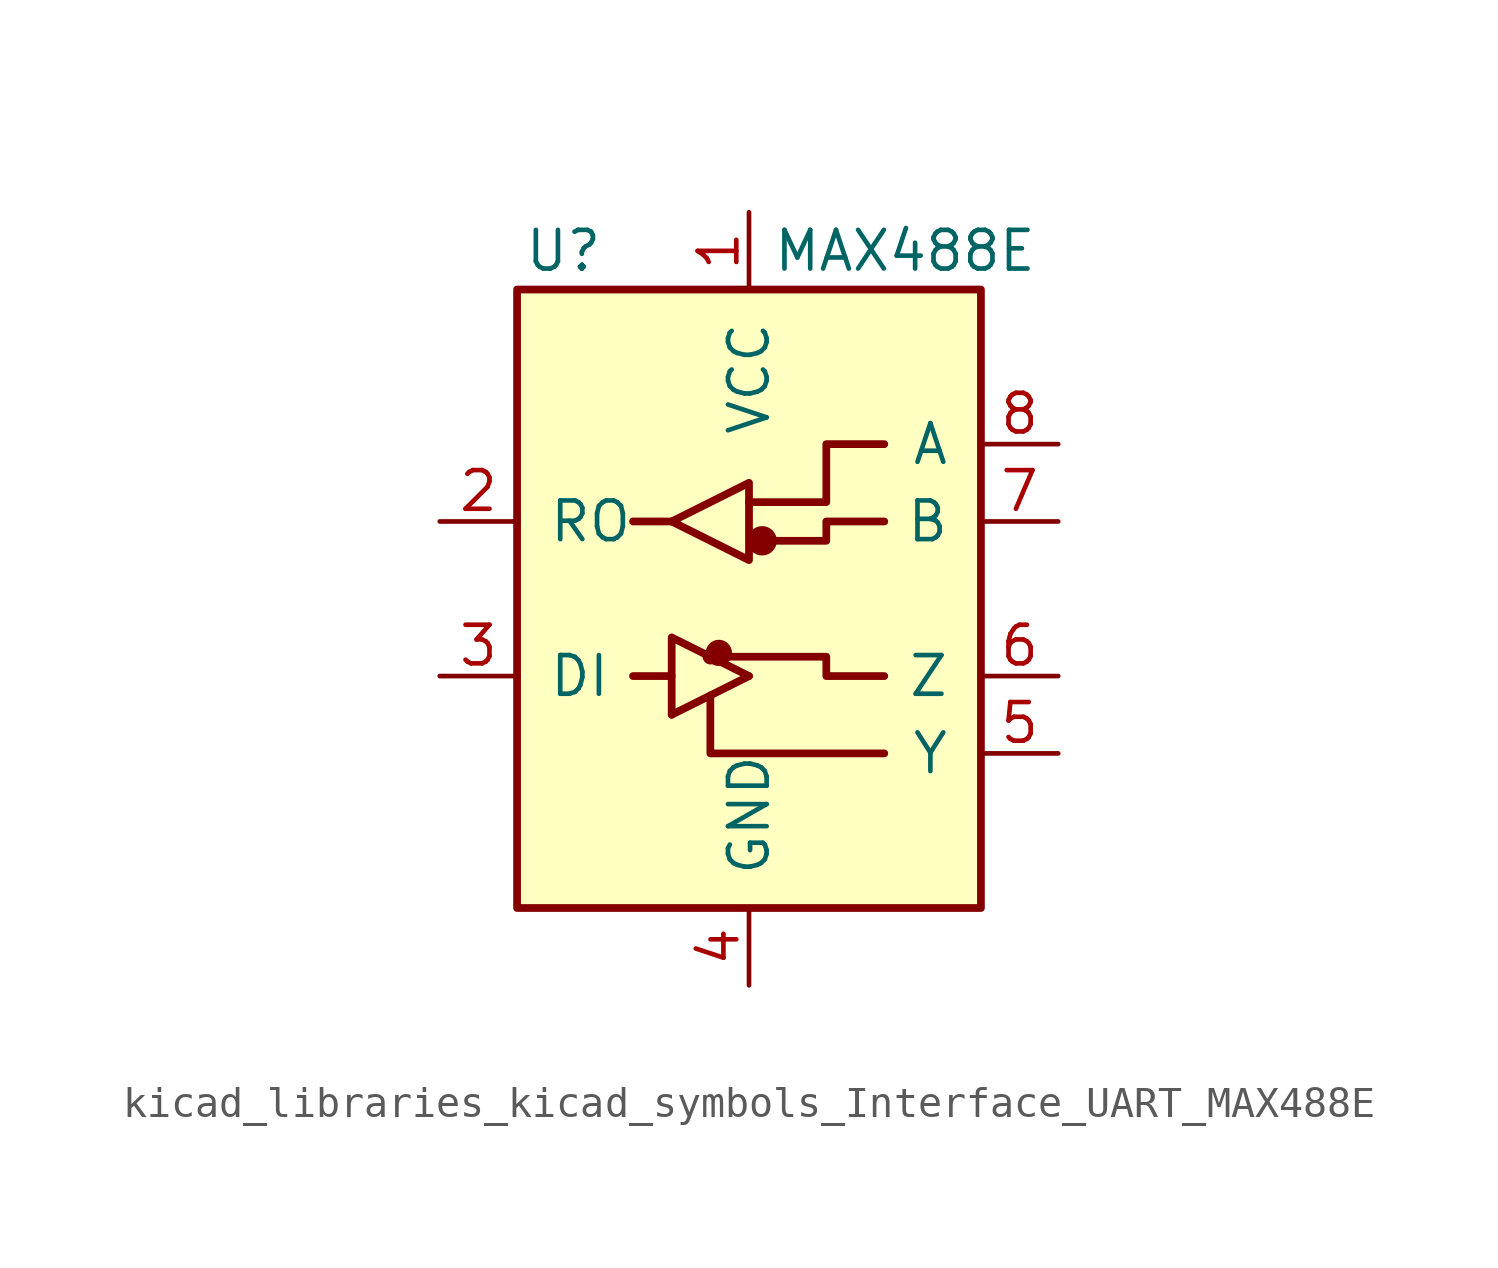
<source format=kicad_sym>
(kicad_symbol_lib
  (version 20220914)
  (generator kicad_symbol_editor)
  (symbol "kicad_libraries_kicad_symbols_Interface_UART_MAX488E"
    (pin_names
      (offset 1.016))
    (property "Reference" "U"
      (at -6.096 11.43 0)
      (effects (font (size 1.27 1.27))))
    (property "Value" "MAX488E"
      (at 0.762 11.43 0)
      (effects (font (size 1.27 1.27)) (justify left)))
    (symbol "kicad_libraries_kicad_symbols_Interface_UART_MAX488E_0_1"
      (rectangle (start -7.62 10.16) (end 7.62 -10.16) (stroke (width 0.254) (type default)) (fill (type background)))
      (circle (center -1.27 -1.905) (radius 0.0001) (stroke (width 0.254) (type default)) (fill (type none)))
      (circle (center -0.991 -1.778) (radius 0.305) (stroke (width 0.254) (type default)) (fill (type outline)))
      (polyline (pts (xy -2.54 -3.81) (xy 0 -2.54)) (stroke (width 0.254) (type default)) (fill (type none)))
      (polyline (pts (xy -2.54 -2.54) (xy -3.81 -2.54)) (stroke (width 0.254) (type default)) (fill (type none)))
      (polyline (pts (xy -2.54 2.54) (xy -3.81 2.54)) (stroke (width 0.254) (type default)) (fill (type none)))
      (polyline (pts (xy -0.635 -1.905) (xy -1.27 -1.905)) (stroke (width 0) (type default)) (fill (type none)))
      (polyline (pts (xy -2.54 -3.81) (xy -2.54 -1.27) (xy 0 -2.54)) (stroke (width 0.254) (type default)) (fill (type none)))
      (polyline (pts (xy -1.27 -3.175) (xy -1.27 -5.08) (xy 4.445 -5.08)) (stroke (width 0.254) (type default)) (fill (type none)))
      (polyline (pts (xy -2.54 2.54) (xy 0 3.81) (xy 0 1.27) (xy -2.54 2.54)) (stroke (width 0.254) (type default)) (fill (type none)))
      (polyline (pts (xy -0.635 -1.905) (xy 2.54 -1.905) (xy 2.54 -2.54) (xy 4.445 -2.54)) (stroke (width 0.254) (type default)) (fill (type none)))
      (polyline (pts (xy 0 3.175) (xy 2.54 3.175) (xy 2.54 5.08) (xy 4.445 5.08)) (stroke (width 0.254) (type default)) (fill (type none)))
      (polyline (pts (xy 0.635 1.905) (xy 2.54 1.905) (xy 2.54 2.54) (xy 4.445 2.54)) (stroke (width 0.254) (type default)) (fill (type none)))
      (circle (center 0.432 1.905) (radius 0.356) (stroke (width 0.254) (type default)) (fill (type outline))))
    (symbol "kicad_libraries_kicad_symbols_Interface_UART_MAX488E_1_1"
      (pin power_in line (at 0 12.7 270) (length 2.54) (name "VCC" (effects (font (size 1.27 1.27)))) (number "1" (effects (font (size 1.27 1.27)))))
      (pin output line (at -10.16 2.54 0) (length 2.54) (name "RO" (effects (font (size 1.27 1.27)))) (number "2" (effects (font (size 1.27 1.27)))))
      (pin input line (at -10.16 -2.54 0) (length 2.54) (name "DI" (effects (font (size 1.27 1.27)))) (number "3" (effects (font (size 1.27 1.27)))))
      (pin power_in line (at 0 -12.7 90) (length 2.54) (name "GND" (effects (font (size 1.27 1.27)))) (number "4" (effects (font (size 1.27 1.27)))))
      (pin output line (at 10.16 -5.08 180) (length 2.54) (name "Y" (effects (font (size 1.27 1.27)))) (number "5" (effects (font (size 1.27 1.27)))))
      (pin output line (at 10.16 -2.54 180) (length 2.54) (name "Z" (effects (font (size 1.27 1.27)))) (number "6" (effects (font (size 1.27 1.27)))))
      (pin input line (at 10.16 2.54 180) (length 2.54) (name "B" (effects (font (size 1.27 1.27)))) (number "7" (effects (font (size 1.27 1.27)))))
      (pin input line (at 10.16 5.08 180) (length 2.54) (name "A" (effects (font (size 1.27 1.27)))) (number "8" (effects (font (size 1.27 1.27))))))))
</source>
